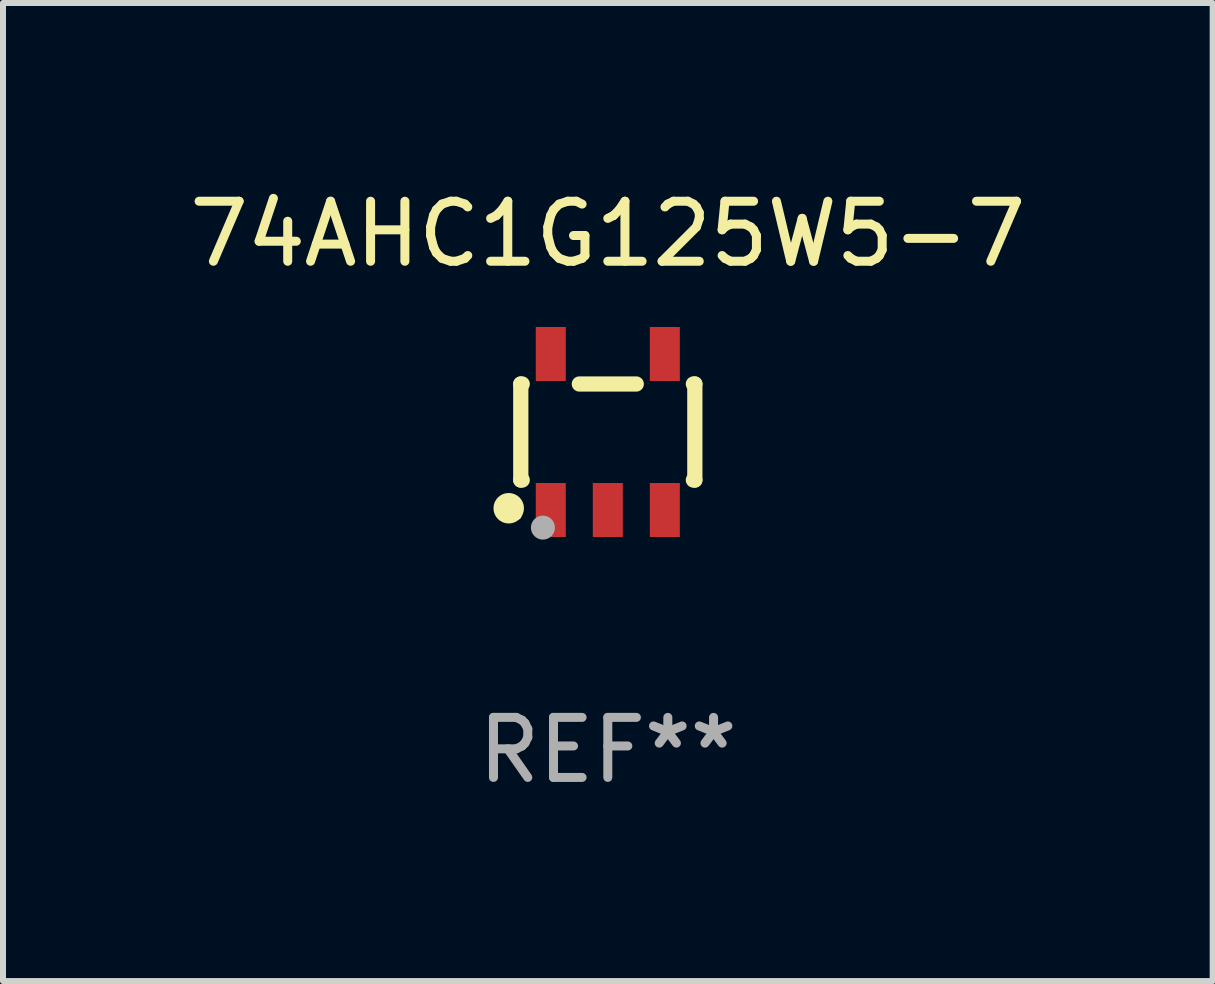
<source format=kicad_pcb>
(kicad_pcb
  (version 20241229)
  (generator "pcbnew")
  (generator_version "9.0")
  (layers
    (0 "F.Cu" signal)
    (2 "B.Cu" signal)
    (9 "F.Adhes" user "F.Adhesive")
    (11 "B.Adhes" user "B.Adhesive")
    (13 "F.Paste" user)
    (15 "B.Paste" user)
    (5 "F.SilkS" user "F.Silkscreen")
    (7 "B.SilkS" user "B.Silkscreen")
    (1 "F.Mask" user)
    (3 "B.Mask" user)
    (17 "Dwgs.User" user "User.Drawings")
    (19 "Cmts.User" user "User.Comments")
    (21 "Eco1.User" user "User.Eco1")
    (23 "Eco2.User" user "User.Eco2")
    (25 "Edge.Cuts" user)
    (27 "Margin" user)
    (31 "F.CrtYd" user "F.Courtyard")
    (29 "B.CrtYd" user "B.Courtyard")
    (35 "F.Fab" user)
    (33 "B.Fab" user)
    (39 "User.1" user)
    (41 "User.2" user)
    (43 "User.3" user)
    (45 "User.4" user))
  (footprint "74AHC1G125W5-7"
    (layer "F.Cu")
    (at 7.077 4.148)
    (property "Reference" "74AHC1G125W5-7" (at 0 -3.3 0) (layer "F.SilkS") (effects (font (size 1 1) (thickness 0.15))))
    (attr through_hole)
    (fp_line (start -1.45 0.8) (end -1.45 -0.8) (stroke (width 0.254) (type solid)) (layer "F.SilkS"))
    (fp_line (start -1.45 0.8) (end -1.426 0.8) (stroke (width 0.254) (type solid)) (layer "F.SilkS"))
    (fp_line (start -1.426 -0.8) (end -1.45 -0.8) (stroke (width 0.254) (type solid)) (layer "F.SilkS"))
    (fp_line (start 0.474 -0.8) (end -0.474 -0.8) (stroke (width 0.254) (type solid)) (layer "F.SilkS"))
    (fp_line (start 1.426 0.8) (end 1.45 0.8) (stroke (width 0.254) (type solid)) (layer "F.SilkS"))
    (fp_line (start 1.45 -0.8) (end 1.426 -0.8) (stroke (width 0.254) (type solid)) (layer "F.SilkS"))
    (fp_line (start 1.45 0.8) (end 1.45 -0.8) (stroke (width 0.254) (type solid)) (layer "F.SilkS"))
    (fp_circle (center -1.651 1.27) (end -1.524 1.27) (stroke (width 0.254) (type solid)) (fill no) (layer "F.SilkS"))
    (fp_circle (center -1.5 1.4) (end -1.47 1.4) (stroke (width 0.06) (type solid)) (fill no) (layer "F.SilkS"))
    (fp_circle (center -1.081 1.593) (end -0.981 1.593) (stroke (width 0.2) (type solid)) (fill no) (layer "F.Fab"))
    (fp_text user "REF**" (at 0 5.3 0) (layer "F.Fab") (effects (font (size 1 1) (thickness 0.15))))
    (pad "1" smd rect (at -0.95 1.3) (size 0.5 0.9) (layers "F.Cu" "F.Mask" "F.Paste"))
    (pad "2" smd rect (at 0 1.3) (size 0.5 0.9) (layers "F.Cu" "F.Mask" "F.Paste"))
    (pad "3" smd rect (at 0.95 1.3) (size 0.5 0.9) (layers "F.Cu" "F.Mask" "F.Paste"))
    (pad "4" smd rect (at 0.95 -1.3) (size 0.5 0.9) (layers "F.Cu" "F.Mask" "F.Paste"))
    (pad "5" smd rect (at -0.95 -1.3) (size 0.5 0.9) (layers "F.Cu" "F.Mask" "F.Paste")))
  (gr_rect
    (start -3 -3)
    (end 17.155 13.296)
    (stroke (width 0.1) (type default))
    (fill no)
    (layer "Edge.Cuts")))
</source>
